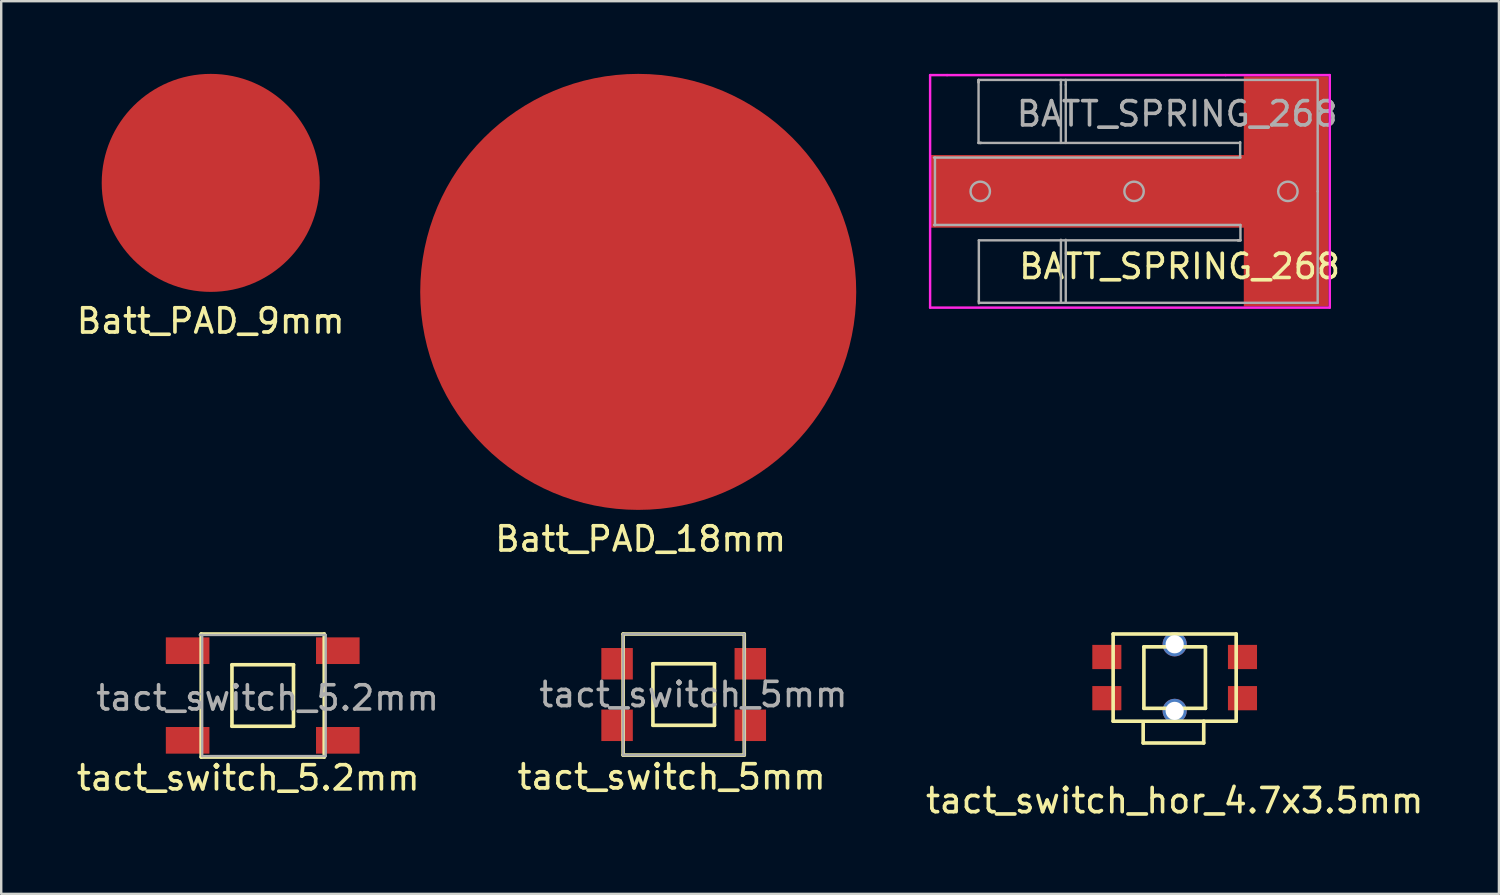
<source format=kicad_pcb>
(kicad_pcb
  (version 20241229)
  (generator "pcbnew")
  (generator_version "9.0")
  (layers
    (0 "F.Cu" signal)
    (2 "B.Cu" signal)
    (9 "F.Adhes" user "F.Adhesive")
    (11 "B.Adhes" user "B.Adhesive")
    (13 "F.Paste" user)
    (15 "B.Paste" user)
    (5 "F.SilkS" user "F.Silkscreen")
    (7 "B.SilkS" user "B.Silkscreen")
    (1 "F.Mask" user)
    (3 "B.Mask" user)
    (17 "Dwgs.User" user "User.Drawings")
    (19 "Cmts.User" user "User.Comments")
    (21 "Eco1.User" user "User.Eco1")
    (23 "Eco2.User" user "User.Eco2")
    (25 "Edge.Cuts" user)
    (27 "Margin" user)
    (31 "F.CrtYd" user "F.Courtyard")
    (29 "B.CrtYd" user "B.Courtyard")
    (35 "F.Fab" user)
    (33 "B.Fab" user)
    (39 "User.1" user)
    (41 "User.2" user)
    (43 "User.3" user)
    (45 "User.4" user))
  (footprint "tact_switch_5mm"
    (layer "F.Cu")
    (at 25.175 25.623)
    (property "Reference" "tact_switch_5mm" (at -0.5 3.4 0) (layer "F.SilkS") (effects (font (size 1 1) (thickness 0.15))))
    (attr through_hole)
    (fp_line (start -2.5 -2.5) (end 2.5 -2.5) (stroke (width 0.15) (type solid)) (layer "F.SilkS"))
    (fp_line (start -2.5 2.5) (end -2.5 -2.5) (stroke (width 0.15) (type solid)) (layer "F.SilkS"))
    (fp_line (start -1.27 -1.27) (end -1.27 1.27) (stroke (width 0.15) (type solid)) (layer "F.SilkS"))
    (fp_line (start -1.27 1.27) (end 1.27 1.27) (stroke (width 0.15) (type solid)) (layer "F.SilkS"))
    (fp_line (start 1.27 -1.27) (end -1.27 -1.27) (stroke (width 0.15) (type solid)) (layer "F.SilkS"))
    (fp_line (start 1.27 1.27) (end 1.27 -1.27) (stroke (width 0.15) (type solid)) (layer "F.SilkS"))
    (fp_line (start 2.5 -2.5) (end 2.5 2.5) (stroke (width 0.15) (type solid)) (layer "F.SilkS"))
    (fp_line (start 2.5 2.5) (end -2.5 2.5) (stroke (width 0.15) (type solid)) (layer "F.SilkS"))
    (fp_line (start -2.5 -2.5) (end 2.5 -2.5) (stroke (width 0.1) (type solid)) (layer "F.Fab"))
    (fp_line (start -2.5 2.5) (end -2.5 -2.5) (stroke (width 0.1) (type solid)) (layer "F.Fab"))
    (fp_line (start 2.5 -2.5) (end 2.5 2.5) (stroke (width 0.1) (type solid)) (layer "F.Fab"))
    (fp_line (start 2.5 2.5) (end -2.5 2.5) (stroke (width 0.1) (type solid)) (layer "F.Fab"))
    (fp_text user "${REFERENCE}" (at 0.4 0 0) (layer "F.Fab") (effects (font (size 1 1) (thickness 0.15))))
    (pad "1" smd rect (at -2.75 -1.27) (size 1.3 1.3) (layers "F.Cu" "F.Mask" "F.Paste"))
    (pad "1" smd rect (at 2.75 -1.27) (size 1.3 1.3) (layers "F.Cu" "F.Mask" "F.Paste"))
    (pad "2" smd rect (at -2.75 1.27) (size 1.3 1.3) (layers "F.Cu" "F.Mask" "F.Paste"))
    (pad "2" smd rect (at 2.75 1.27) (size 1.3 1.3) (layers "F.Cu" "F.Mask" "F.Paste")))
  (footprint "Batt_PAD_18mm"
    (layer "F.Cu")
    (at 23.298 9)
    (property "Reference" "Batt_PAD_18mm" (at 0.1 10.2 0) (layer "F.SilkS") (effects (font (size 1 1) (thickness 0.15))))
    (attr exclude_from_pos_files exclude_from_bom)
    (pad "1" smd circle (at 0 0) (size 18 18) (layers "F.Cu" "F.Mask" "F.Paste")))
  (footprint "tact_switch_5.2mm"
    (layer "F.Cu")
    (at 7.796 25.663)
    (property "Reference" "tact_switch_5.2mm" (at -0.6 3.4 0) (layer "F.SilkS") (effects (font (size 1 1) (thickness 0.15))))
    (attr through_hole)
    (fp_line (start -2.54 -2.54) (end 2.54 -2.54) (stroke (width 0.15) (type solid)) (layer "F.SilkS"))
    (fp_line (start -2.54 2.54) (end -2.54 -2.54) (stroke (width 0.15) (type solid)) (layer "F.SilkS"))
    (fp_line (start -1.27 -1.27) (end -1.27 1.27) (stroke (width 0.15) (type solid)) (layer "F.SilkS"))
    (fp_line (start -1.27 1.27) (end 1.27 1.27) (stroke (width 0.15) (type solid)) (layer "F.SilkS"))
    (fp_line (start 1.27 -1.27) (end -1.27 -1.27) (stroke (width 0.15) (type solid)) (layer "F.SilkS"))
    (fp_line (start 1.27 1.27) (end 1.27 -1.27) (stroke (width 0.15) (type solid)) (layer "F.SilkS"))
    (fp_line (start 2.54 -2.54) (end 2.54 2.54) (stroke (width 0.15) (type solid)) (layer "F.SilkS"))
    (fp_line (start 2.54 2.54) (end -2.54 2.54) (stroke (width 0.15) (type solid)) (layer "F.SilkS"))
    (fp_line (start -2.6 -2.5) (end 2.6 -2.5) (stroke (width 0.1) (type solid)) (layer "F.Fab"))
    (fp_line (start -2.5 2.5) (end -2.5 -2.5) (stroke (width 0.1) (type solid)) (layer "F.Fab"))
    (fp_line (start 2.6 -2.5) (end 2.6 2.5) (stroke (width 0.1) (type solid)) (layer "F.Fab"))
    (fp_line (start 2.6 2.5) (end -2.5 2.5) (stroke (width 0.1) (type solid)) (layer "F.Fab"))
    (fp_text user "${REFERENCE}" (at 0.2 0.1 0) (layer "F.Fab") (effects (font (size 1 1) (thickness 0.15))))
    (pad "1" smd rect (at -3.1 -1.85) (size 1.8 1.1) (layers "F.Cu" "F.Mask" "F.Paste"))
    (pad "1" smd rect (at 3.1 -1.85) (size 1.8 1.1) (layers "F.Cu" "F.Mask" "F.Paste"))
    (pad "2" smd rect (at -3.1 1.85) (size 1.8 1.1) (layers "F.Cu" "F.Mask" "F.Paste"))
    (pad "2" smd rect (at 3.1 1.85) (size 1.8 1.1) (layers "F.Cu" "F.Mask" "F.Paste")))
  (footprint "tact_switch_hor_4.7x3.5mm"
    (layer "F.Cu")
    (at 45.444 24.923)
    (property "Reference" "tact_switch_hor_4.7x3.5mm" (at 0 5.08 0) (layer "F.SilkS") (effects (font (size 1 1) (thickness 0.15))))
    (attr through_hole)
    (fp_line (start -2.54 -1.8) (end 2.54 -1.8) (stroke (width 0.15) (type solid)) (layer "F.SilkS"))
    (fp_line (start -2.54 1.8) (end -2.54 -1.8) (stroke (width 0.15) (type solid)) (layer "F.SilkS"))
    (fp_line (start -1.3 1.9) (end -1.3 2.7) (stroke (width 0.15) (type solid)) (layer "F.SilkS"))
    (fp_line (start -1.3 2.7) (end 1.2 2.7) (stroke (width 0.15) (type solid)) (layer "F.SilkS"))
    (fp_line (start -1.27 -1.27) (end -1.27 1.27) (stroke (width 0.15) (type solid)) (layer "F.SilkS"))
    (fp_line (start -1.27 1.27) (end 1.27 1.27) (stroke (width 0.15) (type solid)) (layer "F.SilkS"))
    (fp_line (start 1.2 2.7) (end 1.2 1.8) (stroke (width 0.15) (type solid)) (layer "F.SilkS"))
    (fp_line (start 1.27 -1.27) (end -1.27 -1.27) (stroke (width 0.15) (type solid)) (layer "F.SilkS"))
    (fp_line (start 1.27 1.27) (end 1.27 -1.27) (stroke (width 0.15) (type solid)) (layer "F.SilkS"))
    (fp_line (start 2.54 -1.8) (end 2.54 1.8) (stroke (width 0.15) (type solid)) (layer "F.SilkS"))
    (fp_line (start 2.54 1.8) (end -2.54 1.8) (stroke (width 0.15) (type solid)) (layer "F.SilkS"))
    (pad "" np_thru_hole circle (at 0 -1.375) (size 1 1) (drill 0.75) (layers "*.Cu" "*.Mask"))
    (pad "" np_thru_hole circle (at 0 1.375) (size 1 1) (drill 0.75) (layers "*.Cu" "*.Mask"))
    (pad "1" smd rect (at -2.8 -0.85) (size 1.2 1) (layers "F.Cu" "F.Mask" "F.Paste"))
    (pad "1" smd rect (at 2.8 -0.85) (size 1.2 1) (layers "F.Cu" "F.Mask" "F.Paste"))
    (pad "2" smd rect (at -2.8 0.85) (size 1.2 1) (layers "F.Cu" "F.Mask" "F.Paste"))
    (pad "2" smd rect (at 2.8 0.85) (size 1.2 1) (layers "F.Cu" "F.Mask" "F.Paste")))
  (footprint "Batt_PAD_9mm"
    (layer "F.Cu")
    (at 5.649 4.5)
    (property "Reference" "Batt_PAD_9mm" (at 0 5.7 0) (layer "F.SilkS") (effects (font (size 1 1) (thickness 0.15))))
    (attr exclude_from_pos_files exclude_from_bom)
    (pad "1" smd circle (at 0 0) (size 9 9) (layers "F.Cu" "F.Mask" "F.Paste")))
  (footprint "BATT_SPRING_268"
    (layer "F.Cu")
    (at 43.448 4.85)
    (property "Reference" "BATT_SPRING_268" (at 2.2 3.1 0) (layer "F.SilkS") (effects (font (size 1 1) (thickness 0.15))))
    (attr smd)
    (fp_line (start -8.1 -4.8) (end -7.4 -4.8) (stroke (width 0.1) (type solid)) (layer "F.CrtYd"))
    (fp_line (start -8.1 4.8) (end -8.1 -4.8) (stroke (width 0.1) (type solid)) (layer "F.CrtYd"))
    (fp_line (start -7.4 -4.8) (end 4.1 -4.8) (stroke (width 0.1) (type solid)) (layer "F.CrtYd"))
    (fp_line (start 4.1 -4.8) (end 8.4 -4.8) (stroke (width 0.1) (type solid)) (layer "F.CrtYd"))
    (fp_line (start 8.4 -4.8) (end 8.4 4.8) (stroke (width 0.1) (type solid)) (layer "F.CrtYd"))
    (fp_line (start 8.4 4.8) (end -8.1 4.8) (stroke (width 0.1) (type solid)) (layer "F.CrtYd"))
    (fp_line (start -7.94 -1.395) (end 4.71 -1.395) (stroke (width 0.1) (type solid)) (layer "F.Fab"))
    (fp_line (start -7.9 -1.4) (end -7.9 1.4) (stroke (width 0.1) (type solid)) (layer "F.Fab"))
    (fp_line (start -6.1 -4.6) (end -6.1 -4.5) (stroke (width 0.1) (type solid)) (layer "F.Fab"))
    (fp_line (start -6.1 -4.6) (end 7.87 -4.6) (stroke (width 0.1) (type solid)) (layer "F.Fab"))
    (fp_line (start -6.1 -4.5) (end -6.1 -4.6) (stroke (width 0.1) (type solid)) (layer "F.Fab"))
    (fp_line (start -6.1 -2) (end -6.1 -4.54) (stroke (width 0.1) (type solid)) (layer "F.Fab"))
    (fp_line (start -6.1 -2) (end -6 -2) (stroke (width 0.1) (type solid)) (layer "F.Fab"))
    (fp_line (start -6.088 2.022) (end -6.088 4.562) (stroke (width 0.1) (type solid)) (layer "F.Fab"))
    (fp_line (start -6.088 2.022) (end 4.652 2.022) (stroke (width 0.1) (type solid)) (layer "F.Fab"))
    (fp_line (start -6.088 4.622) (end -6.088 4.522) (stroke (width 0.1) (type solid)) (layer "F.Fab"))
    (fp_line (start -6 -2) (end -6.1 -2) (stroke (width 0.1) (type solid)) (layer "F.Fab"))
    (fp_line (start -2.7 -4.6) (end -2.7 -4.4) (stroke (width 0.1) (type solid)) (layer "F.Fab"))
    (fp_line (start -2.7 -4.4) (end -2.7 -2) (stroke (width 0.1) (type solid)) (layer "F.Fab"))
    (fp_line (start -2.7 2) (end -2.7 4.6) (stroke (width 0.1) (type solid)) (layer "F.Fab"))
    (fp_line (start -2.5 -4.6) (end -2.5 -4.4) (stroke (width 0.1) (type solid)) (layer "F.Fab"))
    (fp_line (start -2.5 -4.4) (end -2.5 -2) (stroke (width 0.1) (type solid)) (layer "F.Fab"))
    (fp_line (start -2.5 2) (end -2.5 4.6) (stroke (width 0.1) (type solid)) (layer "F.Fab"))
    (fp_line (start 4.612 2.022) (end 4.712 2.022) (stroke (width 0.1) (type solid)) (layer "F.Fab"))
    (fp_line (start 4.7 -2) (end -6.04 -2) (stroke (width 0.1) (type solid)) (layer "F.Fab"))
    (fp_line (start 4.7 -1.4) (end 4.7 -2.035) (stroke (width 0.1) (type solid)) (layer "F.Fab"))
    (fp_line (start 4.712 1.387) (end -7.938 1.387) (stroke (width 0.1) (type solid)) (layer "F.Fab"))
    (fp_line (start 4.712 1.387) (end 4.712 2.022) (stroke (width 0.1) (type solid)) (layer "F.Fab"))
    (fp_line (start 4.712 2.022) (end 4.612 2.022) (stroke (width 0.1) (type solid)) (layer "F.Fab"))
    (fp_line (start 7.9 -4.6) (end 7.9 0) (stroke (width 0.1) (type solid)) (layer "F.Fab"))
    (fp_line (start 7.9 4.6) (end -6.07 4.6) (stroke (width 0.1) (type solid)) (layer "F.Fab"))
    (fp_line (start 7.9 4.6) (end 7.9 0) (stroke (width 0.1) (type solid)) (layer "F.Fab"))
    (fp_circle (center -6.03 0) (end -6.43 0) (stroke (width 0.1) (type solid)) (fill no) (layer "F.Fab"))
    (fp_circle (center 0.32 0) (end 0.72 0) (stroke (width 0.1) (type solid)) (fill no) (layer "F.Fab"))
    (fp_circle (center 6.67 0) (end 7.07 0) (stroke (width 0.1) (type solid)) (fill no) (layer "F.Fab"))
    (fp_text user "${REFERENCE}" (at 2.1 -3.2 0) (layer "F.Fab") (effects (font (size 1 1) (thickness 0.15))))
    (pad "1" smd rect (at 0 0) (size 16.2 3) (layers "F.Cu" "F.Mask" "F.Paste"))
    (pad "1" smd rect (at 6.6 0 90) (size 9.5 3.5) (layers "F.Cu" "F.Mask" "F.Paste")))
  (gr_rect
    (start -3 -3)
    (end 58.831 33.852)
    (stroke (width 0.1) (type default))
    (fill no)
    (layer "Edge.Cuts")))
</source>
